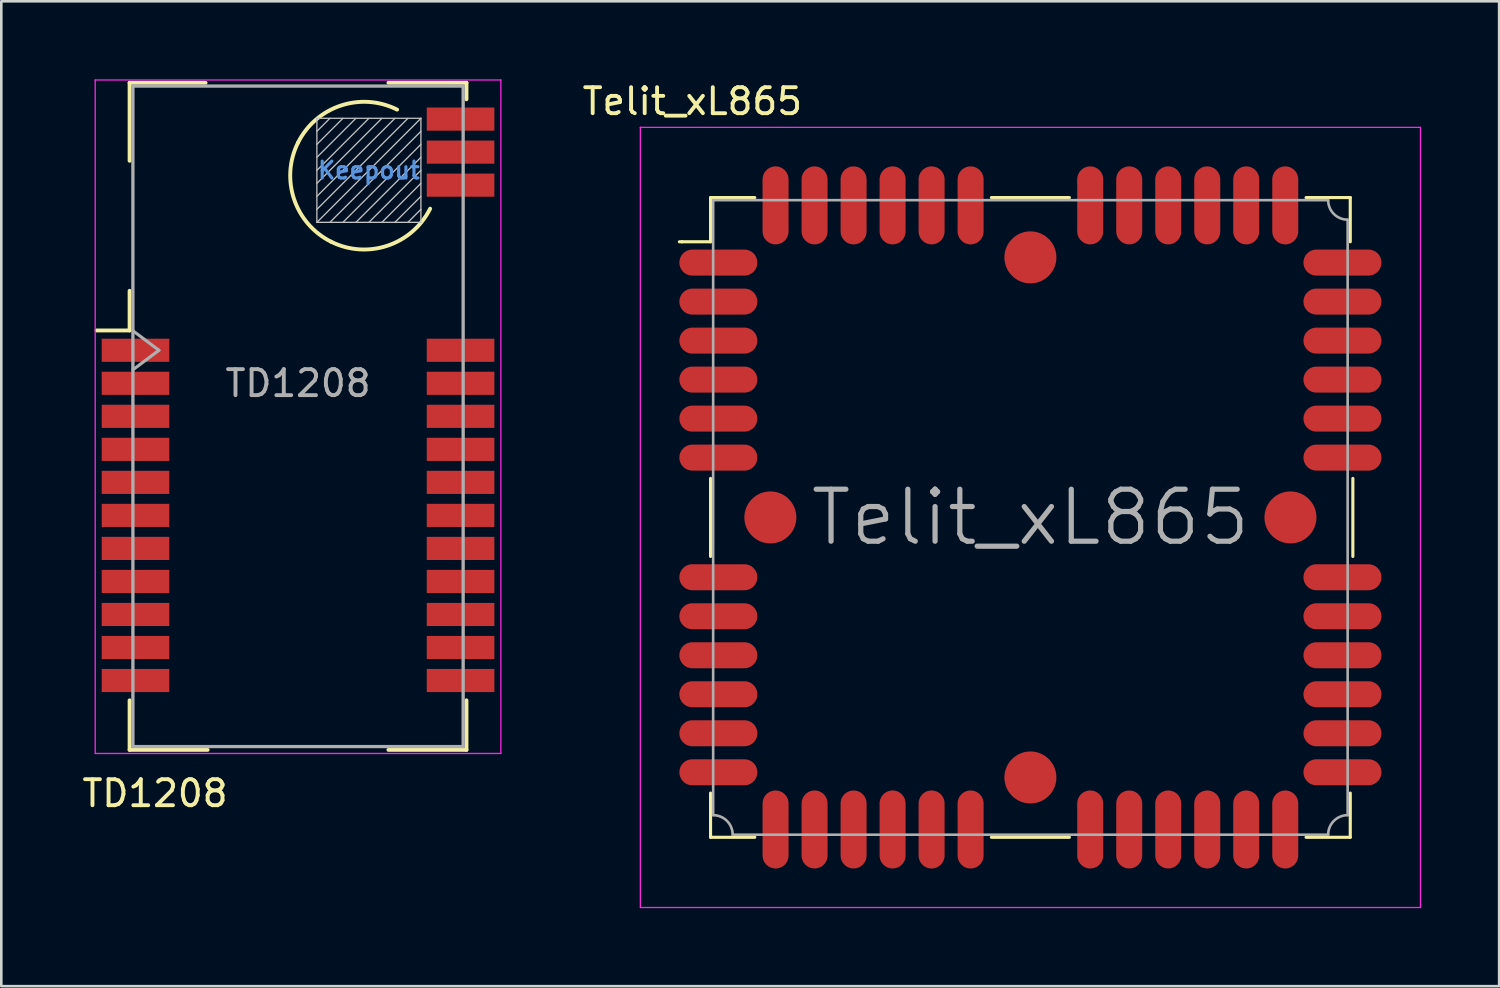
<source format=kicad_pcb>
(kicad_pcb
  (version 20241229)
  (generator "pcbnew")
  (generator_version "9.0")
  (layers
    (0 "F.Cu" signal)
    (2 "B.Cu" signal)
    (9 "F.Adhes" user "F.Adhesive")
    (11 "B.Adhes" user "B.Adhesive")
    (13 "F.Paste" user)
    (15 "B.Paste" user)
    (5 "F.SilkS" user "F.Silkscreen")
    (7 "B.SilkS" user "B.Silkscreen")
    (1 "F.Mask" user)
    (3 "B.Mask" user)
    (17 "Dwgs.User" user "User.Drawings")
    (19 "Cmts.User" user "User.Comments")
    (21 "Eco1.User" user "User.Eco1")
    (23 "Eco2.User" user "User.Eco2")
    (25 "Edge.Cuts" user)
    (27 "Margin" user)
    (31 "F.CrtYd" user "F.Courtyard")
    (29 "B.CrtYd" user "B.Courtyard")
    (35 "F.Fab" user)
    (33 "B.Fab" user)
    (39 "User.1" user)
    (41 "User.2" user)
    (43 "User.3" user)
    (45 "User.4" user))
  (footprint "Telit_xL865"
    (layer "F.Cu")
    (at 36.575 16.848)
    (property "Reference" "Telit_xL865" (at -13 -16 0) (layer "F.SilkS") (effects (font (size 1 1) (thickness 0.15))))
    (attr smd)
    (fp_line (start -13.5 -10.6) (end -13.4 -10.6) (stroke (width 0.12) (type solid)) (layer "F.SilkS"))
    (fp_line (start -12.3 -12.3) (end -12.3 -10.6) (stroke (width 0.12) (type solid)) (layer "F.SilkS"))
    (fp_line (start -12.3 -10.6) (end -13.4 -10.6) (stroke (width 0.12) (type solid)) (layer "F.SilkS"))
    (fp_line (start -12.3 -1.5) (end -12.3 1.5) (stroke (width 0.12) (type solid)) (layer "F.SilkS"))
    (fp_line (start -12.3 12.3) (end -12.3 10.6) (stroke (width 0.12) (type solid)) (layer "F.SilkS"))
    (fp_line (start -10.6 -12.3) (end -12.3 -12.3) (stroke (width 0.12) (type solid)) (layer "F.SilkS"))
    (fp_line (start -10.6 12.3) (end -12.3 12.3) (stroke (width 0.12) (type solid)) (layer "F.SilkS"))
    (fp_line (start -1.5 -12.3) (end 1.5 -12.3) (stroke (width 0.12) (type solid)) (layer "F.SilkS"))
    (fp_line (start 1.5 12.3) (end -1.5 12.3) (stroke (width 0.12) (type solid)) (layer "F.SilkS"))
    (fp_line (start 10.6 -12.3) (end 12.3 -12.3) (stroke (width 0.12) (type solid)) (layer "F.SilkS"))
    (fp_line (start 12.3 -12.3) (end 12.3 -10.6) (stroke (width 0.12) (type solid)) (layer "F.SilkS"))
    (fp_line (start 12.3 10.6) (end 12.3 12.3) (stroke (width 0.12) (type solid)) (layer "F.SilkS"))
    (fp_line (start 12.3 12.3) (end 10.6 12.3) (stroke (width 0.12) (type solid)) (layer "F.SilkS"))
    (fp_line (start 12.4 -1.5) (end 12.4 1.5) (stroke (width 0.12) (type solid)) (layer "F.SilkS"))
    (fp_line (start -15 -15) (end -15 -15) (stroke (width 0.05) (type solid)) (layer "F.CrtYd"))
    (fp_line (start -15 -15) (end 15 -15) (stroke (width 0.05) (type solid)) (layer "F.CrtYd"))
    (fp_line (start -15 15) (end -15 -15) (stroke (width 0.05) (type solid)) (layer "F.CrtYd"))
    (fp_line (start 15 -15) (end 15 15) (stroke (width 0.05) (type solid)) (layer "F.CrtYd"))
    (fp_line (start 15 15) (end -15 15) (stroke (width 0.05) (type solid)) (layer "F.CrtYd"))
    (fp_line (start -12.2 -12.2) (end 11.45 -12.2) (stroke (width 0.1) (type solid)) (layer "F.Fab"))
    (fp_line (start -12.2 11.45) (end -12.2 -12.2) (stroke (width 0.1) (type solid)) (layer "F.Fab"))
    (fp_line (start -11.45 12.2) (end 11.45 12.2) (stroke (width 0.1) (type solid)) (layer "F.Fab"))
    (fp_line (start 12.2 11.45) (end 12.2 -11.45) (stroke (width 0.1) (type solid)) (layer "F.Fab"))
    (fp_arc (start -12.2 11.45) (mid -11.66967 11.66967) (end -11.45 12.2) (stroke (width 0.1) (type solid)) (layer "F.Fab"))
    (fp_arc (start 11.45 12.2) (mid 11.66967 11.66967) (end 12.2 11.45) (stroke (width 0.1) (type solid)) (layer "F.Fab"))
    (fp_arc (start 12.2 -11.45) (mid 11.66967 -11.66967) (end 11.45 -12.2) (stroke (width 0.1) (type solid)) (layer "F.Fab"))
    (fp_text user "${REFERENCE}" (at 0 0 0) (layer "F.Fab") (effects (font (size 2 2) (thickness 0.2))))
    (pad "" smd circle (at -10 0 90) (size 2 2) (layers "F.Cu" "F.Mask" "F.Paste"))
    (pad "" smd circle (at 0 -10 90) (size 2 2) (layers "F.Cu" "F.Mask" "F.Paste"))
    (pad "" smd circle (at 0 10 90) (size 2 2) (layers "F.Cu" "F.Mask" "F.Paste"))
    (pad "" smd circle (at 10 0 90) (size 2 2) (layers "F.Cu" "F.Mask" "F.Paste"))
    (pad "1" smd oval (at -12 -9.8 90) (size 1 3) (layers "F.Cu" "F.Mask" "F.Paste"))
    (pad "2" smd oval (at -12 -8.3 90) (size 1 3) (layers "F.Cu" "F.Mask" "F.Paste"))
    (pad "3" smd oval (at -12 -6.8 90) (size 1 3) (layers "F.Cu" "F.Mask" "F.Paste"))
    (pad "4" smd oval (at -12 -5.3 90) (size 1 3) (layers "F.Cu" "F.Mask" "F.Paste"))
    (pad "5" smd oval (at -12 -3.8 90) (size 1 3) (layers "F.Cu" "F.Mask" "F.Paste"))
    (pad "6" smd oval (at -12 -2.3 90) (size 1 3) (layers "F.Cu" "F.Mask" "F.Paste"))
    (pad "7" smd oval (at -12 2.3 90) (size 1 3) (layers "F.Cu" "F.Mask" "F.Paste"))
    (pad "8" smd oval (at -12 3.8 90) (size 1 3) (layers "F.Cu" "F.Mask" "F.Paste"))
    (pad "9" smd oval (at -12 5.3 90) (size 1 3) (layers "F.Cu" "F.Mask" "F.Paste"))
    (pad "10" smd oval (at -12 6.8 90) (size 1 3) (layers "F.Cu" "F.Mask" "F.Paste"))
    (pad "11" smd oval (at -12 8.3 90) (size 1 3) (layers "F.Cu" "F.Mask" "F.Paste"))
    (pad "12" smd oval (at -12 9.8 90) (size 1 3) (layers "F.Cu" "F.Mask" "F.Paste"))
    (pad "13" smd oval (at -9.8 12) (size 1 3) (layers "F.Cu" "F.Mask" "F.Paste"))
    (pad "14" smd oval (at -8.3 12) (size 1 3) (layers "F.Cu" "F.Mask" "F.Paste"))
    (pad "15" smd oval (at -6.8 12) (size 1 3) (layers "F.Cu" "F.Mask" "F.Paste"))
    (pad "16" smd oval (at -5.3 12) (size 1 3) (layers "F.Cu" "F.Mask" "F.Paste"))
    (pad "17" smd oval (at -3.8 12) (size 1 3) (layers "F.Cu" "F.Mask" "F.Paste"))
    (pad "18" smd oval (at -2.3 12) (size 1 3) (layers "F.Cu" "F.Mask" "F.Paste"))
    (pad "19" smd oval (at 2.3 12) (size 1 3) (layers "F.Cu" "F.Mask" "F.Paste"))
    (pad "20" smd oval (at 3.8 12) (size 1 3) (layers "F.Cu" "F.Mask" "F.Paste"))
    (pad "21" smd oval (at 5.3 12) (size 1 3) (layers "F.Cu" "F.Mask" "F.Paste"))
    (pad "22" smd oval (at 6.8 12) (size 1 3) (layers "F.Cu" "F.Mask" "F.Paste"))
    (pad "23" smd oval (at 8.3 12) (size 1 3) (layers "F.Cu" "F.Mask" "F.Paste"))
    (pad "24" smd oval (at 9.8 12) (size 1 3) (layers "F.Cu" "F.Mask" "F.Paste"))
    (pad "25" smd oval (at 12 9.8 90) (size 1 3) (layers "F.Cu" "F.Mask" "F.Paste"))
    (pad "26" smd oval (at 12 8.3 90) (size 1 3) (layers "F.Cu" "F.Mask" "F.Paste"))
    (pad "27" smd oval (at 12 6.8 90) (size 1 3) (layers "F.Cu" "F.Mask" "F.Paste"))
    (pad "28" smd oval (at 12 5.3 90) (size 1 3) (layers "F.Cu" "F.Mask" "F.Paste"))
    (pad "29" smd oval (at 12 3.8 90) (size 1 3) (layers "F.Cu" "F.Mask" "F.Paste"))
    (pad "30" smd oval (at 12 2.3 90) (size 1 3) (layers "F.Cu" "F.Mask" "F.Paste"))
    (pad "31" smd oval (at 12 -2.3 90) (size 1 3) (layers "F.Cu" "F.Mask" "F.Paste"))
    (pad "32" smd oval (at 12 -3.8 90) (size 1 3) (layers "F.Cu" "F.Mask" "F.Paste"))
    (pad "33" smd oval (at 12 -5.3 90) (size 1 3) (layers "F.Cu" "F.Mask" "F.Paste"))
    (pad "34" smd oval (at 12 -6.8 90) (size 1 3) (layers "F.Cu" "F.Mask" "F.Paste"))
    (pad "35" smd oval (at 12 -8.3 90) (size 1 3) (layers "F.Cu" "F.Mask" "F.Paste"))
    (pad "36" smd oval (at 12 -9.8 90) (size 1 3) (layers "F.Cu" "F.Mask" "F.Paste"))
    (pad "37" smd oval (at 9.8 -12) (size 1 3) (layers "F.Cu" "F.Mask" "F.Paste"))
    (pad "38" smd oval (at 8.3 -12) (size 1 3) (layers "F.Cu" "F.Mask" "F.Paste"))
    (pad "39" smd oval (at 6.8 -12) (size 1 3) (layers "F.Cu" "F.Mask" "F.Paste"))
    (pad "40" smd oval (at 5.3 -12) (size 1 3) (layers "F.Cu" "F.Mask" "F.Paste"))
    (pad "41" smd oval (at 3.8 -12) (size 1 3) (layers "F.Cu" "F.Mask" "F.Paste"))
    (pad "42" smd oval (at 2.3 -12) (size 1 3) (layers "F.Cu" "F.Mask" "F.Paste"))
    (pad "43" smd oval (at -2.3 -12) (size 1 3) (layers "F.Cu" "F.Mask" "F.Paste"))
    (pad "44" smd oval (at -3.8 -12) (size 1 3) (layers "F.Cu" "F.Mask" "F.Paste"))
    (pad "45" smd oval (at -5.3 -12) (size 1 3) (layers "F.Cu" "F.Mask" "F.Paste"))
    (pad "46" smd oval (at -6.8 -12) (size 1 3) (layers "F.Cu" "F.Mask" "F.Paste"))
    (pad "47" smd oval (at -8.3 -12) (size 1 3) (layers "F.Cu" "F.Mask" "F.Paste"))
    (pad "48" smd oval (at -9.8 -12) (size 1 3) (layers "F.Cu" "F.Mask" "F.Paste")))
  (footprint "TD1208"
    (layer "F.Cu")
    (at 8.411 12.325)
    (property "Reference" "TD1208" (at -5.5 15.135 0) (layer "F.SilkS") (effects (font (size 1 1) (thickness 0.15))))
    (attr smd)
    (fp_line (start -6.477 -12.192) (end -6.477 -9.192) (stroke (width 0.15) (type solid)) (layer "F.SilkS"))
    (fp_line (start -6.477 -12.192) (end -3.556 -12.192) (stroke (width 0.15) (type solid)) (layer "F.SilkS"))
    (fp_line (start -6.477 -4.191) (end -6.477 -2.667) (stroke (width 0.15) (type solid)) (layer "F.SilkS"))
    (fp_line (start -6.477 -2.667) (end -7.747 -2.667) (stroke (width 0.15) (type solid)) (layer "F.SilkS"))
    (fp_line (start -6.477 11.557) (end -6.477 13.462) (stroke (width 0.15) (type solid)) (layer "F.SilkS"))
    (fp_line (start -6.477 13.462) (end -3.477 13.462) (stroke (width 0.15) (type solid)) (layer "F.SilkS"))
    (fp_line (start 6.477 -12.192) (end 3.477 -12.192) (stroke (width 0.15) (type solid)) (layer "F.SilkS"))
    (fp_line (start 6.477 -12.192) (end 6.477 -11.557) (stroke (width 0.15) (type solid)) (layer "F.SilkS"))
    (fp_line (start 6.477 11.557) (end 6.477 13.462) (stroke (width 0.15) (type solid)) (layer "F.SilkS"))
    (fp_line (start 6.477 13.462) (end 3.477 13.462) (stroke (width 0.15) (type solid)) (layer "F.SilkS"))
    (fp_arc (start 0 -9.89) (mid 1.641974 -11.314077) (end 3.81 -11.16) (stroke (width 0.15) (type solid)) (layer "F.SilkS"))
    (fp_arc (start 1.27 -6.08) (mid -0.154077 -7.721974) (end 0 -9.89) (stroke (width 0.15) (type solid)) (layer "F.SilkS"))
    (fp_arc (start 5.08 -7.35) (mid 3.438026 -5.925923) (end 1.27 -6.08) (stroke (width 0.15) (type solid)) (layer "F.SilkS"))
    (fp_line (start 0.725 -10.825) (end 0.725 -6.825) (stroke (width 0.05) (type solid)) (layer "Dwgs.User"))
    (fp_line (start 0.725 -6.825) (end 4.725 -6.825) (stroke (width 0.05) (type solid)) (layer "Dwgs.User"))
    (fp_line (start 1.225 -10.825) (end 0.725 -10.325) (stroke (width 0.05) (type solid)) (layer "Dwgs.User"))
    (fp_line (start 1.725 -10.825) (end 0.725 -9.825) (stroke (width 0.05) (type solid)) (layer "Dwgs.User"))
    (fp_line (start 2.225 -10.825) (end 0.725 -9.325) (stroke (width 0.05) (type solid)) (layer "Dwgs.User"))
    (fp_line (start 2.725 -10.825) (end 0.725 -8.825) (stroke (width 0.05) (type solid)) (layer "Dwgs.User"))
    (fp_line (start 3.225 -10.825) (end 0.725 -8.325) (stroke (width 0.05) (type solid)) (layer "Dwgs.User"))
    (fp_line (start 3.725 -10.825) (end 0.725 -7.825) (stroke (width 0.05) (type solid)) (layer "Dwgs.User"))
    (fp_line (start 4.225 -10.825) (end 0.725 -7.325) (stroke (width 0.05) (type solid)) (layer "Dwgs.User"))
    (fp_line (start 4.725 -10.825) (end 0.725 -10.825) (stroke (width 0.05) (type solid)) (layer "Dwgs.User"))
    (fp_line (start 4.725 -10.825) (end 0.725 -6.825) (stroke (width 0.05) (type solid)) (layer "Dwgs.User"))
    (fp_line (start 4.725 -10.325) (end 1.225 -6.825) (stroke (width 0.05) (type solid)) (layer "Dwgs.User"))
    (fp_line (start 4.725 -9.825) (end 1.725 -6.825) (stroke (width 0.05) (type solid)) (layer "Dwgs.User"))
    (fp_line (start 4.725 -9.325) (end 2.225 -6.825) (stroke (width 0.05) (type solid)) (layer "Dwgs.User"))
    (fp_line (start 4.725 -8.825) (end 2.725 -6.825) (stroke (width 0.05) (type solid)) (layer "Dwgs.User"))
    (fp_line (start 4.725 -8.325) (end 3.225 -6.825) (stroke (width 0.05) (type solid)) (layer "Dwgs.User"))
    (fp_line (start 4.725 -7.825) (end 3.725 -6.825) (stroke (width 0.05) (type solid)) (layer "Dwgs.User"))
    (fp_line (start 4.725 -7.325) (end 4.225 -6.825) (stroke (width 0.05) (type solid)) (layer "Dwgs.User"))
    (fp_line (start 4.725 -6.825) (end 4.725 -10.825) (stroke (width 0.05) (type solid)) (layer "Dwgs.User"))
    (fp_line (start -7.8 -12.3) (end -7.8 13.6) (stroke (width 0.05) (type solid)) (layer "F.CrtYd"))
    (fp_line (start -7.8 13.6) (end 7.8 13.6) (stroke (width 0.05) (type solid)) (layer "F.CrtYd"))
    (fp_line (start 7.8 -12.3) (end -7.8 -12.3) (stroke (width 0.05) (type solid)) (layer "F.CrtYd"))
    (fp_line (start 7.8 13.6) (end 7.8 -12.3) (stroke (width 0.05) (type solid)) (layer "F.CrtYd"))
    (fp_line (start -6.35 -12.065) (end -6.35 13.335) (stroke (width 0.127) (type solid)) (layer "F.Fab"))
    (fp_line (start -6.35 -12.065) (end 6.35 -12.065) (stroke (width 0.127) (type solid)) (layer "F.Fab"))
    (fp_line (start -6.35 -2.655) (end -5.35 -1.905) (stroke (width 0.12) (type solid)) (layer "F.Fab"))
    (fp_line (start -5.35 -1.905) (end -6.35 -1.155) (stroke (width 0.12) (type solid)) (layer "F.Fab"))
    (fp_line (start 6.35 -12.065) (end 6.35 13.335) (stroke (width 0.127) (type solid)) (layer "F.Fab"))
    (fp_line (start 6.35 13.335) (end -6.35 13.335) (stroke (width 0.127) (type solid)) (layer "F.Fab"))
    (fp_text user "Keepout" (at 2.725 -8.825 0) (layer "Cmts.User") (effects (font (size 0.65 0.65) (thickness 0.12))))
    (fp_text user "${REFERENCE}" (at 0 -0.635 0) (layer "F.Fab") (effects (font (size 1 1) (thickness 0.15))))
    (pad "1" smd rect (at -6.25 -1.905) (size 2.6 0.89) (layers "F.Cu" "F.Mask" "F.Paste"))
    (pad "2" smd rect (at -6.25 -0.635) (size 2.6 0.89) (layers "F.Cu" "F.Mask" "F.Paste"))
    (pad "3" smd rect (at -6.25 0.635) (size 2.6 0.89) (layers "F.Cu" "F.Mask" "F.Paste"))
    (pad "4" smd rect (at -6.25 1.905) (size 2.6 0.89) (layers "F.Cu" "F.Mask" "F.Paste"))
    (pad "5" smd rect (at -6.25 3.175) (size 2.6 0.89) (layers "F.Cu" "F.Mask" "F.Paste"))
    (pad "6" smd rect (at -6.25 4.445) (size 2.6 0.89) (layers "F.Cu" "F.Mask" "F.Paste"))
    (pad "7" smd rect (at -6.25 5.715) (size 2.6 0.89) (layers "F.Cu" "F.Mask" "F.Paste"))
    (pad "8" smd rect (at -6.25 6.985) (size 2.6 0.89) (layers "F.Cu" "F.Mask" "F.Paste"))
    (pad "9" smd rect (at -6.25 8.255) (size 2.6 0.89) (layers "F.Cu" "F.Mask" "F.Paste"))
    (pad "10" smd rect (at -6.25 9.525) (size 2.6 0.89) (layers "F.Cu" "F.Mask" "F.Paste"))
    (pad "11" smd rect (at -6.25 10.795) (size 2.6 0.89) (layers "F.Cu" "F.Mask" "F.Paste"))
    (pad "12" smd rect (at 6.25 10.795) (size 2.6 0.89) (layers "F.Cu" "F.Mask" "F.Paste"))
    (pad "13" smd rect (at 6.25 9.525) (size 2.6 0.89) (layers "F.Cu" "F.Mask" "F.Paste"))
    (pad "14" smd rect (at 6.25 8.255) (size 2.6 0.89) (layers "F.Cu" "F.Mask" "F.Paste"))
    (pad "15" smd rect (at 6.25 6.985) (size 2.6 0.89) (layers "F.Cu" "F.Mask" "F.Paste"))
    (pad "16" smd rect (at 6.25 5.715) (size 2.6 0.89) (layers "F.Cu" "F.Mask" "F.Paste"))
    (pad "17" smd rect (at 6.25 4.445) (size 2.6 0.89) (layers "F.Cu" "F.Mask" "F.Paste"))
    (pad "18" smd rect (at 6.25 3.175) (size 2.6 0.89) (layers "F.Cu" "F.Mask" "F.Paste"))
    (pad "19" smd rect (at 6.25 1.905) (size 2.6 0.89) (layers "F.Cu" "F.Mask" "F.Paste"))
    (pad "20" smd rect (at 6.25 0.635) (size 2.6 0.89) (layers "F.Cu" "F.Mask" "F.Paste"))
    (pad "21" smd rect (at 6.25 -0.635) (size 2.6 0.89) (layers "F.Cu" "F.Mask" "F.Paste"))
    (pad "22" smd rect (at 6.25 -1.905) (size 2.6 0.89) (layers "F.Cu" "F.Mask" "F.Paste"))
    (pad "23" smd rect (at 6.25 -8.255) (size 2.6 0.89) (layers "F.Cu" "F.Mask" "F.Paste"))
    (pad "24" smd rect (at 6.25 -9.525) (size 2.6 0.89) (layers "F.Cu" "F.Mask" "F.Paste"))
    (pad "25" smd rect (at 6.25 -10.795) (size 2.6 0.89) (layers "F.Cu" "F.Mask" "F.Paste")))
  (gr_rect
    (start -3 -3)
    (end 54.6 34.873)
    (stroke (width 0.1) (type default))
    (fill no)
    (layer "Edge.Cuts")))
</source>
